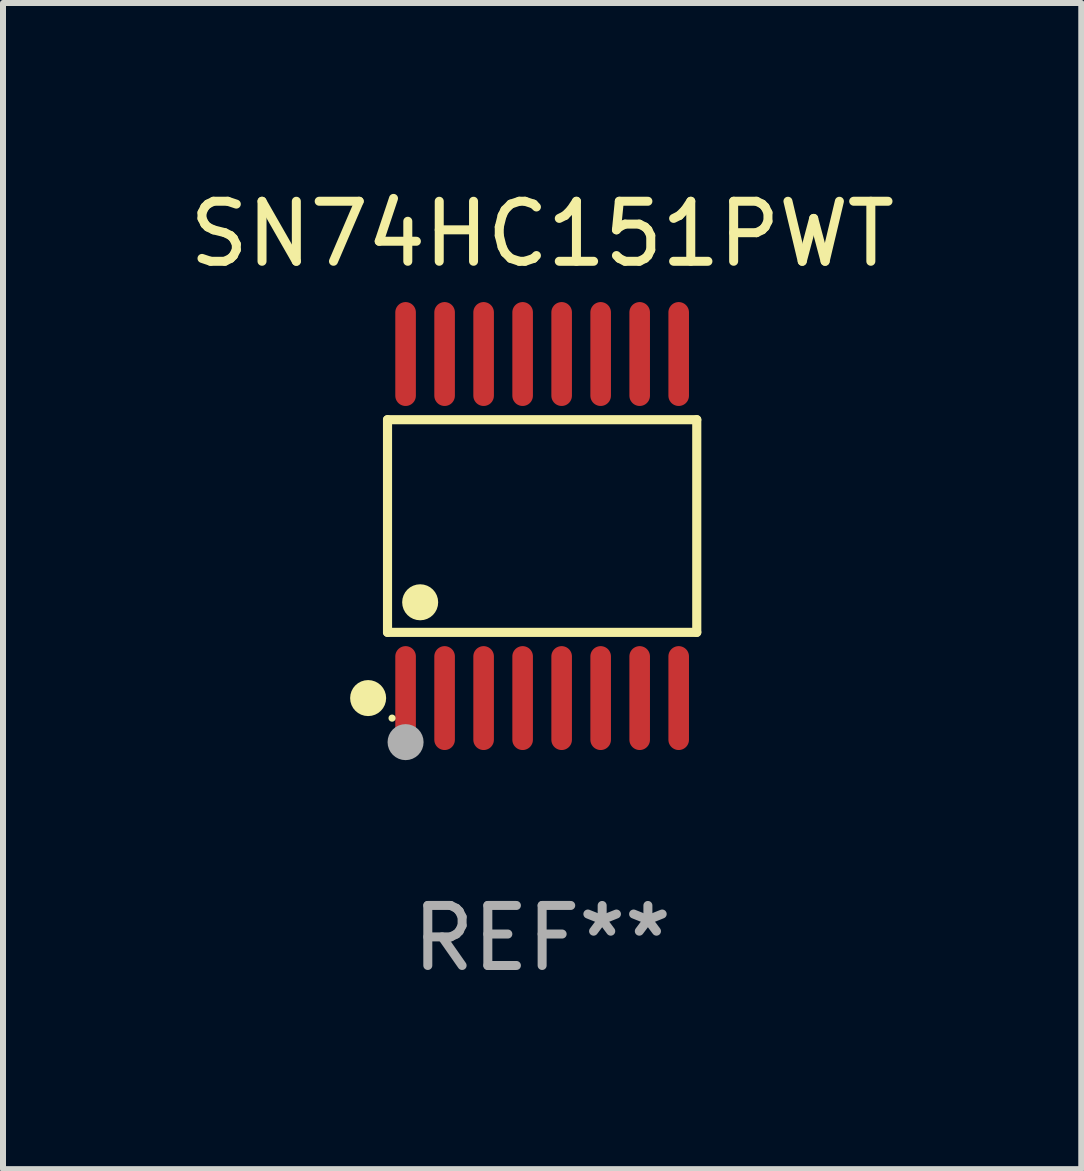
<source format=kicad_pcb>
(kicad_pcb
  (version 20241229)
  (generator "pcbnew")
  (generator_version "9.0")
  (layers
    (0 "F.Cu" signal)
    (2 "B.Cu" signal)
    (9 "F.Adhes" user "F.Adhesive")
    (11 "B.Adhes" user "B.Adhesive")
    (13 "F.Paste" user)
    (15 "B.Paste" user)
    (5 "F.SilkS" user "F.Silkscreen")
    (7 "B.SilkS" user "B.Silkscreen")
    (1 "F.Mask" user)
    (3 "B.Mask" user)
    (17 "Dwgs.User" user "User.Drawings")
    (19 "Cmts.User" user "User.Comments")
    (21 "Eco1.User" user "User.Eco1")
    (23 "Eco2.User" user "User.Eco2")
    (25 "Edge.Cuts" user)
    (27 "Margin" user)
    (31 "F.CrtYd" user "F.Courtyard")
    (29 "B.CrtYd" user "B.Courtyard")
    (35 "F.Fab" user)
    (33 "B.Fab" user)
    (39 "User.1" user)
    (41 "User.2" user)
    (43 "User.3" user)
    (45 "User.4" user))
  (footprint "SN74HC151PWT"
    (layer "F.Cu")
    (at 5.982 5.714)
    (property "Reference" "SN74HC151PWT" (at 0 -4.866 0) (layer "F.SilkS") (effects (font (size 1 1) (thickness 0.15))))
    (attr through_hole)
    (fp_line (start -2.576 -1.772) (end 2.576 -1.772) (stroke (width 0.152) (type solid)) (layer "F.SilkS"))
    (fp_line (start -2.576 1.771) (end -2.576 -1.772) (stroke (width 0.152) (type solid)) (layer "F.SilkS"))
    (fp_line (start 2.576 -1.772) (end 2.576 1.771) (stroke (width 0.152) (type solid)) (layer "F.SilkS"))
    (fp_line (start 2.576 1.771) (end -2.576 1.771) (stroke (width 0.152) (type solid)) (layer "F.SilkS"))
    (fp_circle (center -2.899 2.866) (end -2.749 2.866) (stroke (width 0.3) (type solid)) (fill no) (layer "F.SilkS"))
    (fp_circle (center -2.5 3.2) (end -2.47 3.2) (stroke (width 0.06) (type solid)) (fill no) (layer "F.SilkS"))
    (fp_circle (center -2.032 1.27) (end -1.882 1.27) (stroke (width 0.3) (type solid)) (fill no) (layer "F.SilkS"))
    (fp_circle (center -2.275 3.6) (end -2.125 3.6) (stroke (width 0.3) (type solid)) (fill no) (layer "F.Fab"))
    (fp_text user "REF**" (at 0 6.866 0) (layer "F.Fab") (effects (font (size 1 1) (thickness 0.15))))
    (pad "1" smd oval (at -2.275 2.866) (size 0.343 1.731) (layers "F.Cu" "F.Mask" "F.Paste"))
    (pad "2" smd oval (at -1.625 2.866) (size 0.343 1.731) (layers "F.Cu" "F.Mask" "F.Paste"))
    (pad "3" smd oval (at -0.975 2.866) (size 0.343 1.731) (layers "F.Cu" "F.Mask" "F.Paste"))
    (pad "4" smd oval (at -0.325 2.866) (size 0.343 1.731) (layers "F.Cu" "F.Mask" "F.Paste"))
    (pad "5" smd oval (at 0.325 2.866) (size 0.343 1.731) (layers "F.Cu" "F.Mask" "F.Paste"))
    (pad "6" smd oval (at 0.975 2.866) (size 0.343 1.731) (layers "F.Cu" "F.Mask" "F.Paste"))
    (pad "7" smd oval (at 1.625 2.866) (size 0.343 1.731) (layers "F.Cu" "F.Mask" "F.Paste"))
    (pad "8" smd oval (at 2.275 2.866) (size 0.343 1.731) (layers "F.Cu" "F.Mask" "F.Paste"))
    (pad "9" smd oval (at 2.275 -2.866) (size 0.343 1.731) (layers "F.Cu" "F.Mask" "F.Paste"))
    (pad "10" smd oval (at 1.625 -2.866) (size 0.343 1.731) (layers "F.Cu" "F.Mask" "F.Paste"))
    (pad "11" smd oval (at 0.975 -2.866) (size 0.343 1.731) (layers "F.Cu" "F.Mask" "F.Paste"))
    (pad "12" smd oval (at 0.325 -2.866) (size 0.343 1.731) (layers "F.Cu" "F.Mask" "F.Paste"))
    (pad "13" smd oval (at -0.325 -2.866) (size 0.343 1.731) (layers "F.Cu" "F.Mask" "F.Paste"))
    (pad "14" smd oval (at -0.975 -2.866) (size 0.343 1.731) (layers "F.Cu" "F.Mask" "F.Paste"))
    (pad "15" smd oval (at -1.625 -2.866) (size 0.343 1.731) (layers "F.Cu" "F.Mask" "F.Paste"))
    (pad "16" smd oval (at -2.275 -2.866) (size 0.343 1.731) (layers "F.Cu" "F.Mask" "F.Paste")))
  (gr_rect
    (start -3 -3)
    (end 14.964 16.428)
    (stroke (width 0.1) (type default))
    (fill no)
    (layer "Edge.Cuts")))
</source>
